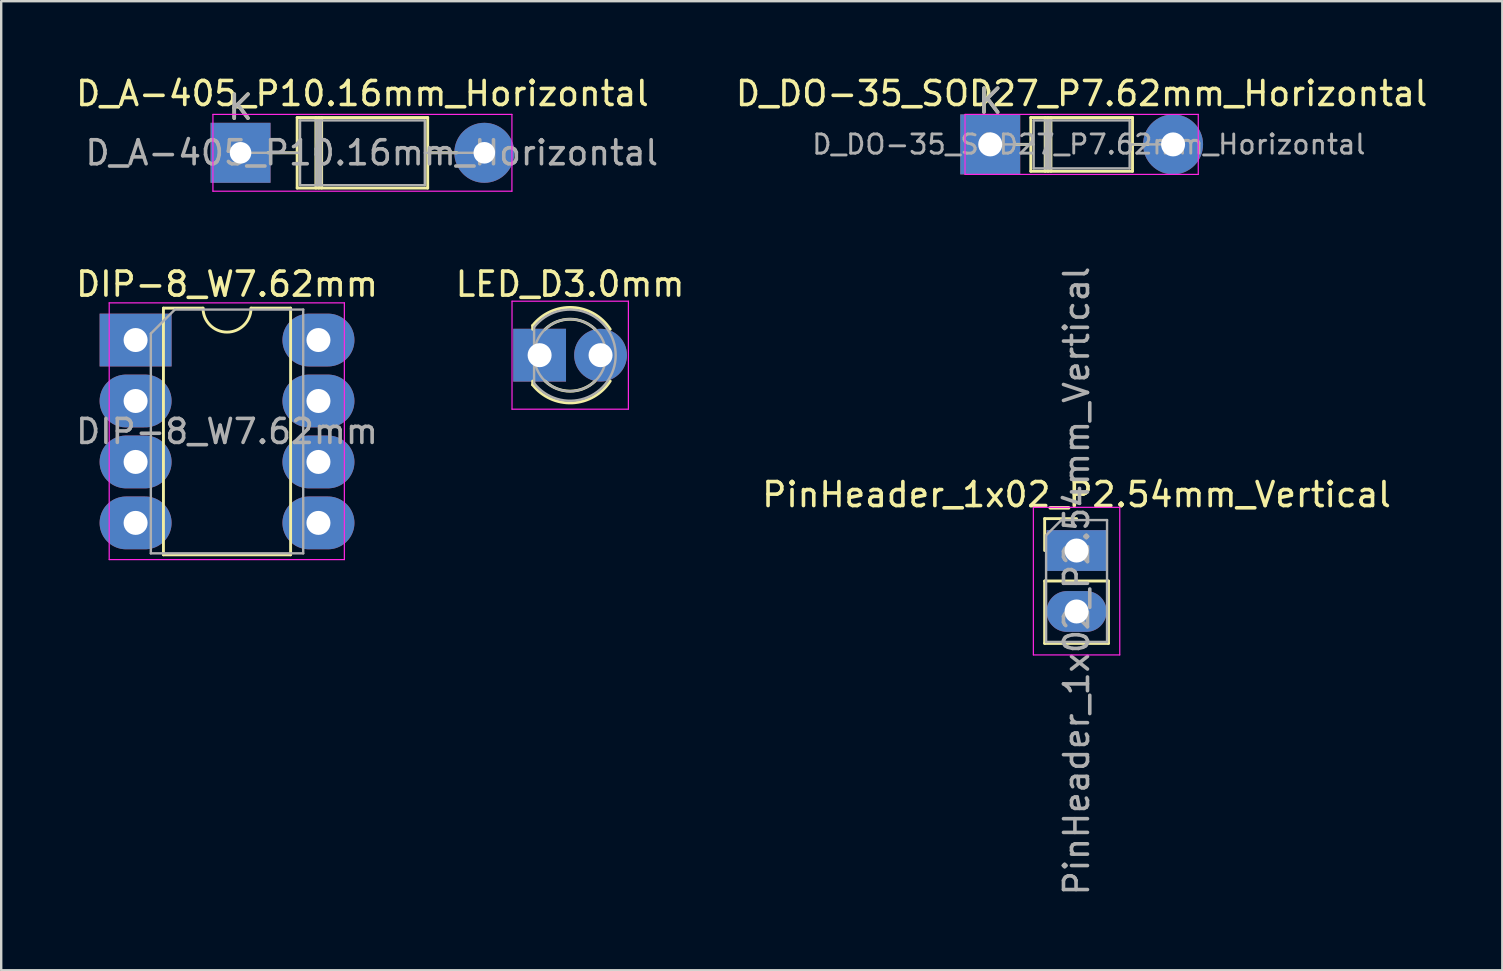
<source format=kicad_pcb>
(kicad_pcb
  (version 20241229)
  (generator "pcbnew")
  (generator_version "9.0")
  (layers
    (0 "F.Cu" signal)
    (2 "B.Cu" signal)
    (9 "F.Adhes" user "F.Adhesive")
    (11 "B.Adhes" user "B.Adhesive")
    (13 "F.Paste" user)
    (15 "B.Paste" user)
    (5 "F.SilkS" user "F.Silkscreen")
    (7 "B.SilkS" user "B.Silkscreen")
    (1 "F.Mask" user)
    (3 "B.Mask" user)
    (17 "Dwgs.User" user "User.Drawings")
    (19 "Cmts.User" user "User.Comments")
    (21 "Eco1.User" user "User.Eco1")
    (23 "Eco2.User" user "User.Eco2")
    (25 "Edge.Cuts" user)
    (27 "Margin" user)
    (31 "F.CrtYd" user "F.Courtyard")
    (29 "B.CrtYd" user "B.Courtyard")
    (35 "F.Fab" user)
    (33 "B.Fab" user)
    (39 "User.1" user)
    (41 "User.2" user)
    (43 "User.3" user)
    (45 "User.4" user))
  (footprint "LED_D3.0mm"
    (layer "F.Cu")
    (at 19.438 11.752)
    (property "Reference" "LED_D3.0mm" (at 1.27 -2.96 0) (layer "F.SilkS") (effects (font (size 1 1) (thickness 0.15))))
    (attr through_hole)
    (fp_line (start -0.29 -1.236) (end -0.29 -1.08) (stroke (width 0.12) (type solid)) (layer "F.SilkS"))
    (fp_line (start -0.29 1.08) (end -0.29 1.236) (stroke (width 0.12) (type solid)) (layer "F.SilkS"))
    (fp_arc (start -0.29 -1.235516) (mid 1.366487 -1.987659) (end 2.942335 -1.078608) (stroke (width 0.12) (type solid)) (layer "F.SilkS"))
    (fp_arc (start 0.229039 -1.08) (mid 1.270117 -1.5) (end 2.31113 -1.079837) (stroke (width 0.12) (type solid)) (layer "F.SilkS"))
    (fp_arc (start 2.31113 1.079837) (mid 1.270117 1.5) (end 0.229039 1.08) (stroke (width 0.12) (type solid)) (layer "F.SilkS"))
    (fp_arc (start 2.942335 1.078608) (mid 1.366487 1.987659) (end -0.29 1.235516) (stroke (width 0.12) (type solid)) (layer "F.SilkS"))
    (fp_line (start -1.15 -2.25) (end -1.15 2.25) (stroke (width 0.05) (type solid)) (layer "F.CrtYd"))
    (fp_line (start -1.15 2.25) (end 3.7 2.25) (stroke (width 0.05) (type solid)) (layer "F.CrtYd"))
    (fp_line (start 3.7 -2.25) (end -1.15 -2.25) (stroke (width 0.05) (type solid)) (layer "F.CrtYd"))
    (fp_line (start 3.7 2.25) (end 3.7 -2.25) (stroke (width 0.05) (type solid)) (layer "F.CrtYd"))
    (fp_line (start -0.23 -1.166) (end -0.23 1.166) (stroke (width 0.1) (type solid)) (layer "F.Fab"))
    (fp_arc (start -0.23 -1.16619) (mid 3.17 0.000452) (end -0.230555 1.165476) (stroke (width 0.1) (type solid)) (layer "F.Fab"))
    (fp_circle (center 1.27 0) (end 2.77 0) (stroke (width 0.1) (type solid)) (fill no) (layer "F.Fab"))
    (pad "1" thru_hole rect (at 0 0) (size 2.2 2.2) (drill 1) (layers "*.Cu" "*.Mask"))
    (pad "2" thru_hole circle (at 2.54 0) (size 2.2 2.2) (drill 1) (layers "*.Cu" "*.Mask")))
  (footprint "DIP-8_W7.62mm"
    (layer "F.Cu")
    (at 2.601 11.121)
    (property "Reference" "DIP-8_W7.62mm" (at 3.81 -2.33 0) (layer "F.SilkS") (effects (font (size 1 1) (thickness 0.15))))
    (attr through_hole)
    (fp_line (start 1.16 -1.33) (end 1.16 8.95) (stroke (width 0.12) (type solid)) (layer "F.SilkS"))
    (fp_line (start 1.16 8.95) (end 6.46 8.95) (stroke (width 0.12) (type solid)) (layer "F.SilkS"))
    (fp_line (start 2.81 -1.33) (end 1.16 -1.33) (stroke (width 0.12) (type solid)) (layer "F.SilkS"))
    (fp_line (start 6.46 -1.33) (end 4.81 -1.33) (stroke (width 0.12) (type solid)) (layer "F.SilkS"))
    (fp_line (start 6.46 8.95) (end 6.46 -1.33) (stroke (width 0.12) (type solid)) (layer "F.SilkS"))
    (fp_arc (start 4.81 -1.33) (mid 3.81 -0.33) (end 2.81 -1.33) (stroke (width 0.12) (type solid)) (layer "F.SilkS"))
    (fp_line (start -1.1 -1.55) (end -1.1 9.15) (stroke (width 0.05) (type solid)) (layer "F.CrtYd"))
    (fp_line (start -1.1 9.15) (end 8.7 9.15) (stroke (width 0.05) (type solid)) (layer "F.CrtYd"))
    (fp_line (start 8.7 -1.55) (end -1.1 -1.55) (stroke (width 0.05) (type solid)) (layer "F.CrtYd"))
    (fp_line (start 8.7 9.15) (end 8.7 -1.55) (stroke (width 0.05) (type solid)) (layer "F.CrtYd"))
    (fp_line (start 0.635 -0.27) (end 1.635 -1.27) (stroke (width 0.1) (type solid)) (layer "F.Fab"))
    (fp_line (start 0.635 8.89) (end 0.635 -0.27) (stroke (width 0.1) (type solid)) (layer "F.Fab"))
    (fp_line (start 1.635 -1.27) (end 6.985 -1.27) (stroke (width 0.1) (type solid)) (layer "F.Fab"))
    (fp_line (start 6.985 -1.27) (end 6.985 8.89) (stroke (width 0.1) (type solid)) (layer "F.Fab"))
    (fp_line (start 6.985 8.89) (end 0.635 8.89) (stroke (width 0.1) (type solid)) (layer "F.Fab"))
    (fp_text user "${REFERENCE}" (at 3.81 3.81 0) (layer "F.Fab") (effects (font (size 1 1) (thickness 0.15))))
    (pad "1" thru_hole rect (at 0 0) (size 3 2.2) (drill 1) (layers "*.Cu" "*.Mask"))
    (pad "2" thru_hole oval (at 0 2.54) (size 3 2.2) (drill 1) (layers "*.Cu" "*.Mask"))
    (pad "3" thru_hole oval (at 0 5.08) (size 3 2.2) (drill 1) (layers "*.Cu" "*.Mask"))
    (pad "4" thru_hole oval (at 0 7.62) (size 3 2.2) (drill 1) (layers "*.Cu" "*.Mask"))
    (pad "5" thru_hole oval (at 7.62 7.62) (size 3 2.2) (drill 1) (layers "*.Cu" "*.Mask"))
    (pad "6" thru_hole oval (at 7.62 5.08) (size 3 2.2) (drill 1) (layers "*.Cu" "*.Mask"))
    (pad "7" thru_hole oval (at 7.62 2.54) (size 3 2.2) (drill 1) (layers "*.Cu" "*.Mask"))
    (pad "8" thru_hole oval (at 7.62 0) (size 3 2.2) (drill 1) (layers "*.Cu" "*.Mask")))
  (footprint "D_A-405_P10.16mm_Horizontal"
    (layer "F.Cu")
    (at 6.974 3.318)
    (property "Reference" "D_A-405_P10.16mm_Horizontal" (at 5.08 -2.47 0) (layer "F.SilkS") (effects (font (size 1 1) (thickness 0.15))))
    (attr through_hole)
    (fp_line (start 1.14 0) (end 2.36 0) (stroke (width 0.12) (type solid)) (layer "F.SilkS"))
    (fp_line (start 2.36 -1.47) (end 2.36 1.47) (stroke (width 0.12) (type solid)) (layer "F.SilkS"))
    (fp_line (start 2.36 1.47) (end 7.8 1.47) (stroke (width 0.12) (type solid)) (layer "F.SilkS"))
    (fp_line (start 3.14 -1.47) (end 3.14 1.47) (stroke (width 0.12) (type solid)) (layer "F.SilkS"))
    (fp_line (start 3.26 -1.47) (end 3.26 1.47) (stroke (width 0.12) (type solid)) (layer "F.SilkS"))
    (fp_line (start 3.38 -1.47) (end 3.38 1.47) (stroke (width 0.12) (type solid)) (layer "F.SilkS"))
    (fp_line (start 7.8 -1.47) (end 2.36 -1.47) (stroke (width 0.12) (type solid)) (layer "F.SilkS"))
    (fp_line (start 7.8 1.47) (end 7.8 -1.47) (stroke (width 0.12) (type solid)) (layer "F.SilkS"))
    (fp_line (start 9.02 0) (end 7.8 0) (stroke (width 0.12) (type solid)) (layer "F.SilkS"))
    (fp_line (start -1.15 -1.6) (end -1.15 1.6) (stroke (width 0.05) (type solid)) (layer "F.CrtYd"))
    (fp_line (start -1.15 1.6) (end 11.31 1.6) (stroke (width 0.05) (type solid)) (layer "F.CrtYd"))
    (fp_line (start 11.31 -1.6) (end -1.15 -1.6) (stroke (width 0.05) (type solid)) (layer "F.CrtYd"))
    (fp_line (start 11.31 1.6) (end 11.31 -1.6) (stroke (width 0.05) (type solid)) (layer "F.CrtYd"))
    (fp_line (start 0 0) (end 2.48 0) (stroke (width 0.1) (type solid)) (layer "F.Fab"))
    (fp_line (start 2.48 -1.35) (end 2.48 1.35) (stroke (width 0.1) (type solid)) (layer "F.Fab"))
    (fp_line (start 2.48 1.35) (end 7.68 1.35) (stroke (width 0.1) (type solid)) (layer "F.Fab"))
    (fp_line (start 3.16 -1.35) (end 3.16 1.35) (stroke (width 0.1) (type solid)) (layer "F.Fab"))
    (fp_line (start 3.26 -1.35) (end 3.26 1.35) (stroke (width 0.1) (type solid)) (layer "F.Fab"))
    (fp_line (start 3.36 -1.35) (end 3.36 1.35) (stroke (width 0.1) (type solid)) (layer "F.Fab"))
    (fp_line (start 7.68 -1.35) (end 2.48 -1.35) (stroke (width 0.1) (type solid)) (layer "F.Fab"))
    (fp_line (start 7.68 1.35) (end 7.68 -1.35) (stroke (width 0.1) (type solid)) (layer "F.Fab"))
    (fp_line (start 10.16 0) (end 7.68 0) (stroke (width 0.1) (type solid)) (layer "F.Fab"))
    (fp_text user "K" (at 0 -1.9 0) (layer "F.SilkS") (effects (font (size 1 1) (thickness 0.15))))
    (fp_text user "${REFERENCE}" (at 5.47 0 0) (layer "F.Fab") (effects (font (size 1 1) (thickness 0.15))))
    (fp_text user "K" (at 0 -1.9 0) (layer "F.Fab") (effects (font (size 1 1) (thickness 0.15))))
    (pad "1" thru_hole rect (at 0 0) (size 2.5 2.5) (drill 0.9) (layers "*.Cu" "*.Mask"))
    (pad "2" thru_hole oval (at 10.16 0) (size 2.5 2.5) (drill 0.9) (layers "*.Cu" "*.Mask")))
  (footprint "PinHeader_1x02_P2.54mm_Vertical"
    (layer "F.Cu")
    (at 41.815 19.893)
    (property "Reference" "PinHeader_1x02_P2.54mm_Vertical" (at 0 -2.33 0) (layer "F.SilkS") (effects (font (size 1 1) (thickness 0.15))))
    (attr through_hole)
    (fp_line (start -1.33 -1.33) (end 0 -1.33) (stroke (width 0.12) (type solid)) (layer "F.SilkS"))
    (fp_line (start -1.33 0) (end -1.33 -1.33) (stroke (width 0.12) (type solid)) (layer "F.SilkS"))
    (fp_line (start -1.33 1.27) (end -1.33 3.87) (stroke (width 0.12) (type solid)) (layer "F.SilkS"))
    (fp_line (start -1.33 1.27) (end 1.33 1.27) (stroke (width 0.12) (type solid)) (layer "F.SilkS"))
    (fp_line (start -1.33 3.87) (end 1.33 3.87) (stroke (width 0.12) (type solid)) (layer "F.SilkS"))
    (fp_line (start 1.33 1.27) (end 1.33 3.87) (stroke (width 0.12) (type solid)) (layer "F.SilkS"))
    (fp_line (start -1.8 -1.8) (end -1.8 4.35) (stroke (width 0.05) (type solid)) (layer "F.CrtYd"))
    (fp_line (start -1.8 4.35) (end 1.8 4.35) (stroke (width 0.05) (type solid)) (layer "F.CrtYd"))
    (fp_line (start 1.8 -1.8) (end -1.8 -1.8) (stroke (width 0.05) (type solid)) (layer "F.CrtYd"))
    (fp_line (start 1.8 4.35) (end 1.8 -1.8) (stroke (width 0.05) (type solid)) (layer "F.CrtYd"))
    (fp_line (start -1.27 -0.635) (end -0.635 -1.27) (stroke (width 0.1) (type solid)) (layer "F.Fab"))
    (fp_line (start -1.27 3.81) (end -1.27 -0.635) (stroke (width 0.1) (type solid)) (layer "F.Fab"))
    (fp_line (start -0.635 -1.27) (end 1.27 -1.27) (stroke (width 0.1) (type solid)) (layer "F.Fab"))
    (fp_line (start 1.27 -1.27) (end 1.27 3.81) (stroke (width 0.1) (type solid)) (layer "F.Fab"))
    (fp_line (start 1.27 3.81) (end -1.27 3.81) (stroke (width 0.1) (type solid)) (layer "F.Fab"))
    (fp_text user "${REFERENCE}" (at 0 1.27 90) (layer "F.Fab") (effects (font (size 1 1) (thickness 0.15))))
    (pad "1" thru_hole rect (at 0 0) (size 2.5 1.7) (drill 1) (layers "*.Cu" "*.Mask"))
    (pad "2" thru_hole oval (at 0 2.54) (size 2.5 1.7) (drill 1) (layers "*.Cu" "*.Mask")))
  (footprint "D_DO-35_SOD27_P7.62mm_Horizontal"
    (layer "F.Cu")
    (at 38.217 2.968)
    (property "Reference" "D_DO-35_SOD27_P7.62mm_Horizontal" (at 3.81 -2.12 0) (layer "F.SilkS") (effects (font (size 1 1) (thickness 0.15))))
    (attr through_hole)
    (fp_line (start 1.04 0) (end 1.69 0) (stroke (width 0.12) (type solid)) (layer "F.SilkS"))
    (fp_line (start 1.69 -1.12) (end 1.69 1.12) (stroke (width 0.12) (type solid)) (layer "F.SilkS"))
    (fp_line (start 1.69 1.12) (end 5.93 1.12) (stroke (width 0.12) (type solid)) (layer "F.SilkS"))
    (fp_line (start 2.29 -1.12) (end 2.29 1.12) (stroke (width 0.12) (type solid)) (layer "F.SilkS"))
    (fp_line (start 2.41 -1.12) (end 2.41 1.12) (stroke (width 0.12) (type solid)) (layer "F.SilkS"))
    (fp_line (start 2.53 -1.12) (end 2.53 1.12) (stroke (width 0.12) (type solid)) (layer "F.SilkS"))
    (fp_line (start 5.93 -1.12) (end 1.69 -1.12) (stroke (width 0.12) (type solid)) (layer "F.SilkS"))
    (fp_line (start 5.93 1.12) (end 5.93 -1.12) (stroke (width 0.12) (type solid)) (layer "F.SilkS"))
    (fp_line (start 6.58 0) (end 5.93 0) (stroke (width 0.12) (type solid)) (layer "F.SilkS"))
    (fp_line (start -1.05 -1.25) (end -1.05 1.25) (stroke (width 0.05) (type solid)) (layer "F.CrtYd"))
    (fp_line (start -1.05 1.25) (end 8.67 1.25) (stroke (width 0.05) (type solid)) (layer "F.CrtYd"))
    (fp_line (start 8.67 -1.25) (end -1.05 -1.25) (stroke (width 0.05) (type solid)) (layer "F.CrtYd"))
    (fp_line (start 8.67 1.25) (end 8.67 -1.25) (stroke (width 0.05) (type solid)) (layer "F.CrtYd"))
    (fp_line (start 0 0) (end 1.81 0) (stroke (width 0.1) (type solid)) (layer "F.Fab"))
    (fp_line (start 1.81 -1) (end 1.81 1) (stroke (width 0.1) (type solid)) (layer "F.Fab"))
    (fp_line (start 1.81 1) (end 5.81 1) (stroke (width 0.1) (type solid)) (layer "F.Fab"))
    (fp_line (start 2.31 -1) (end 2.31 1) (stroke (width 0.1) (type solid)) (layer "F.Fab"))
    (fp_line (start 2.41 -1) (end 2.41 1) (stroke (width 0.1) (type solid)) (layer "F.Fab"))
    (fp_line (start 2.51 -1) (end 2.51 1) (stroke (width 0.1) (type solid)) (layer "F.Fab"))
    (fp_line (start 5.81 -1) (end 1.81 -1) (stroke (width 0.1) (type solid)) (layer "F.Fab"))
    (fp_line (start 5.81 1) (end 5.81 -1) (stroke (width 0.1) (type solid)) (layer "F.Fab"))
    (fp_line (start 7.62 0) (end 5.81 0) (stroke (width 0.1) (type solid)) (layer "F.Fab"))
    (fp_text user "K" (at 0 -1.8 0) (layer "F.SilkS") (effects (font (size 1 1) (thickness 0.15))))
    (fp_text user "${REFERENCE}" (at 4.11 0 0) (layer "F.Fab") (effects (font (size 0.8 0.8) (thickness 0.12))))
    (fp_text user "K" (at 0 -1.8 0) (layer "F.Fab") (effects (font (size 1 1) (thickness 0.15))))
    (pad "1" thru_hole rect (at 0 0) (size 2.5 2.5) (drill 1) (layers "*.Cu" "*.Mask"))
    (pad "2" thru_hole circle (at 7.62 0) (size 2.5 2.5) (drill 1) (layers "*.Cu" "*.Mask")))
  (gr_rect
    (start -3 -3)
    (end 59.557 37.384)
    (stroke (width 0.1) (type default))
    (fill no)
    (layer "Edge.Cuts")))
</source>
